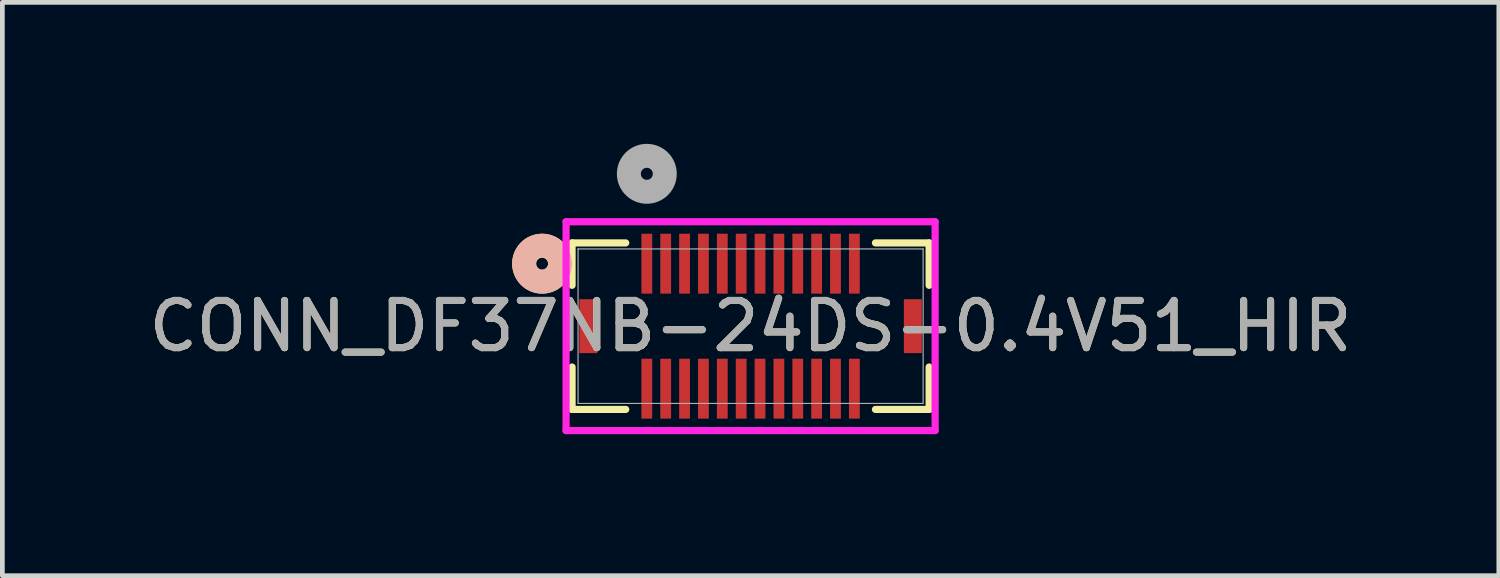
<source format=kicad_pcb>
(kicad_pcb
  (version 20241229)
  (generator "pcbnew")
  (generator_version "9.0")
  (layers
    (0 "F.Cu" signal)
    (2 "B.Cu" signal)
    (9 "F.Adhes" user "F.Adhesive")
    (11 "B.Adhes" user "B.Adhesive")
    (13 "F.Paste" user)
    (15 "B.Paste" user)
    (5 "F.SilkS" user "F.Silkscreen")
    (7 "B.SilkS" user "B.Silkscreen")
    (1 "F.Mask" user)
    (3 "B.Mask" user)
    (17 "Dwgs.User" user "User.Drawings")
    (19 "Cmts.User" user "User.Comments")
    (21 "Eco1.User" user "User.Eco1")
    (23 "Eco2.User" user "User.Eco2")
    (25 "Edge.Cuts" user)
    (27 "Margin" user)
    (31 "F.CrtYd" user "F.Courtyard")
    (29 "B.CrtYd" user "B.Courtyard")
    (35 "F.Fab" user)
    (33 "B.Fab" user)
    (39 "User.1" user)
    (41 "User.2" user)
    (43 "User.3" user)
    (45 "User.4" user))
  (footprint "CONN_DF37NB-24DS-0.4V51_HIR"
    (layer "F.Cu")
    (at 12.863 3.865)
    (property "Reference" "CONN_DF37NB-24DS-0.4V51_HIR" (at 0 0 0) (unlocked yes) (layer "F.SilkS") (effects (font (size 1 1) (thickness 0.15))))
    (attr smd)
    (fp_line (start -3.785 -1.765) (end -3.785 -0.866) (stroke (width 0.152) (type solid)) (layer "F.SilkS"))
    (fp_line (start -3.785 0.866) (end -3.785 1.765) (stroke (width 0.152) (type solid)) (layer "F.SilkS"))
    (fp_line (start -3.785 1.765) (end -2.647 1.765) (stroke (width 0.152) (type solid)) (layer "F.SilkS"))
    (fp_line (start -2.647 -1.765) (end -3.785 -1.765) (stroke (width 0.152) (type solid)) (layer "F.SilkS"))
    (fp_line (start 2.647 1.765) (end 3.785 1.765) (stroke (width 0.152) (type solid)) (layer "F.SilkS"))
    (fp_line (start 3.785 -1.765) (end 2.647 -1.765) (stroke (width 0.152) (type solid)) (layer "F.SilkS"))
    (fp_line (start 3.785 -0.866) (end 3.785 -1.765) (stroke (width 0.152) (type solid)) (layer "F.SilkS"))
    (fp_line (start 3.785 1.765) (end 3.785 0.866) (stroke (width 0.152) (type solid)) (layer "F.SilkS"))
    (fp_circle (center -4.42 -1.325) (end -4.039 -1.325) (stroke (width 0.508) (type solid)) (fill no) (layer "F.SilkS"))
    (fp_circle (center -4.42 -1.325) (end -4.039 -1.325) (stroke (width 0.508) (type solid)) (fill no) (layer "B.SilkS"))
    (fp_line (start -3.912 -2.214) (end -3.912 2.214) (stroke (width 0.152) (type solid)) (layer "F.CrtYd"))
    (fp_line (start -3.912 2.214) (end 3.912 2.214) (stroke (width 0.152) (type solid)) (layer "F.CrtYd"))
    (fp_line (start 3.912 -2.214) (end -3.912 -2.214) (stroke (width 0.152) (type solid)) (layer "F.CrtYd"))
    (fp_line (start 3.912 2.214) (end 3.912 -2.214) (stroke (width 0.152) (type solid)) (layer "F.CrtYd"))
    (fp_line (start -3.658 -1.638) (end -3.658 1.638) (stroke (width 0.025) (type solid)) (layer "F.Fab"))
    (fp_line (start -3.658 1.638) (end 3.658 1.638) (stroke (width 0.025) (type solid)) (layer "F.Fab"))
    (fp_line (start 3.658 -1.638) (end -3.658 -1.638) (stroke (width 0.025) (type solid)) (layer "F.Fab"))
    (fp_line (start 3.658 1.638) (end 3.658 -1.638) (stroke (width 0.025) (type solid)) (layer "F.Fab"))
    (fp_circle (center -2.2 -3.23) (end -1.819 -3.23) (stroke (width 0.508) (type solid)) (fill no) (layer "F.Fab"))
    (fp_text user "${REFERENCE}" (at 0 0 0) (unlocked yes) (layer "F.Fab") (effects (font (size 1 1) (thickness 0.15))))
    (pad "1" smd rect (at -2.2 -1.325) (size 0.229 1.27) (layers "F.Cu" "F.Mask" "F.Paste"))
    (pad "2" smd rect (at -2.2 1.325) (size 0.229 1.27) (layers "F.Cu" "F.Mask" "F.Paste"))
    (pad "3" smd rect (at -1.8 -1.325) (size 0.229 1.27) (layers "F.Cu" "F.Mask" "F.Paste"))
    (pad "4" smd rect (at -1.8 1.325) (size 0.229 1.27) (layers "F.Cu" "F.Mask" "F.Paste"))
    (pad "5" smd rect (at -1.4 -1.325) (size 0.229 1.27) (layers "F.Cu" "F.Mask" "F.Paste"))
    (pad "6" smd rect (at -1.4 1.325) (size 0.229 1.27) (layers "F.Cu" "F.Mask" "F.Paste"))
    (pad "7" smd rect (at -1 -1.325) (size 0.229 1.27) (layers "F.Cu" "F.Mask" "F.Paste"))
    (pad "8" smd rect (at -1 1.325) (size 0.229 1.27) (layers "F.Cu" "F.Mask" "F.Paste"))
    (pad "9" smd rect (at -0.6 -1.325) (size 0.229 1.27) (layers "F.Cu" "F.Mask" "F.Paste"))
    (pad "10" smd rect (at -0.6 1.325) (size 0.229 1.27) (layers "F.Cu" "F.Mask" "F.Paste"))
    (pad "11" smd rect (at -0.2 -1.325) (size 0.229 1.27) (layers "F.Cu" "F.Mask" "F.Paste"))
    (pad "12" smd rect (at -0.2 1.325) (size 0.229 1.27) (layers "F.Cu" "F.Mask" "F.Paste"))
    (pad "13" smd rect (at 0.2 -1.325) (size 0.229 1.27) (layers "F.Cu" "F.Mask" "F.Paste"))
    (pad "14" smd rect (at 0.2 1.325) (size 0.229 1.27) (layers "F.Cu" "F.Mask" "F.Paste"))
    (pad "15" smd rect (at 0.6 -1.325) (size 0.229 1.27) (layers "F.Cu" "F.Mask" "F.Paste"))
    (pad "16" smd rect (at 0.6 1.325) (size 0.229 1.27) (layers "F.Cu" "F.Mask" "F.Paste"))
    (pad "17" smd rect (at 1 -1.325) (size 0.229 1.27) (layers "F.Cu" "F.Mask" "F.Paste"))
    (pad "18" smd rect (at 1 1.325) (size 0.229 1.27) (layers "F.Cu" "F.Mask" "F.Paste"))
    (pad "19" smd rect (at 1.4 -1.325) (size 0.229 1.27) (layers "F.Cu" "F.Mask" "F.Paste"))
    (pad "20" smd rect (at 1.4 1.325) (size 0.229 1.27) (layers "F.Cu" "F.Mask" "F.Paste"))
    (pad "21" smd rect (at 1.8 -1.325) (size 0.229 1.27) (layers "F.Cu" "F.Mask" "F.Paste"))
    (pad "22" smd rect (at 1.8 1.325) (size 0.229 1.27) (layers "F.Cu" "F.Mask" "F.Paste"))
    (pad "23" smd rect (at 2.2 -1.325) (size 0.229 1.27) (layers "F.Cu" "F.Mask" "F.Paste"))
    (pad "24" smd rect (at 2.2 1.325) (size 0.229 1.27) (layers "F.Cu" "F.Mask" "F.Paste"))
    (pad "25" smd rect (at -3.44 0) (size 0.381 1.143) (layers "F.Cu" "F.Mask" "F.Paste"))
    (pad "26" smd rect (at 3.44 0) (size 0.381 1.143) (layers "F.Cu" "F.Mask" "F.Paste")))
  (gr_rect
    (start -3 -3)
    (end 28.726 9.155)
    (stroke (width 0.1) (type default))
    (fill no)
    (layer "Edge.Cuts")))
</source>
